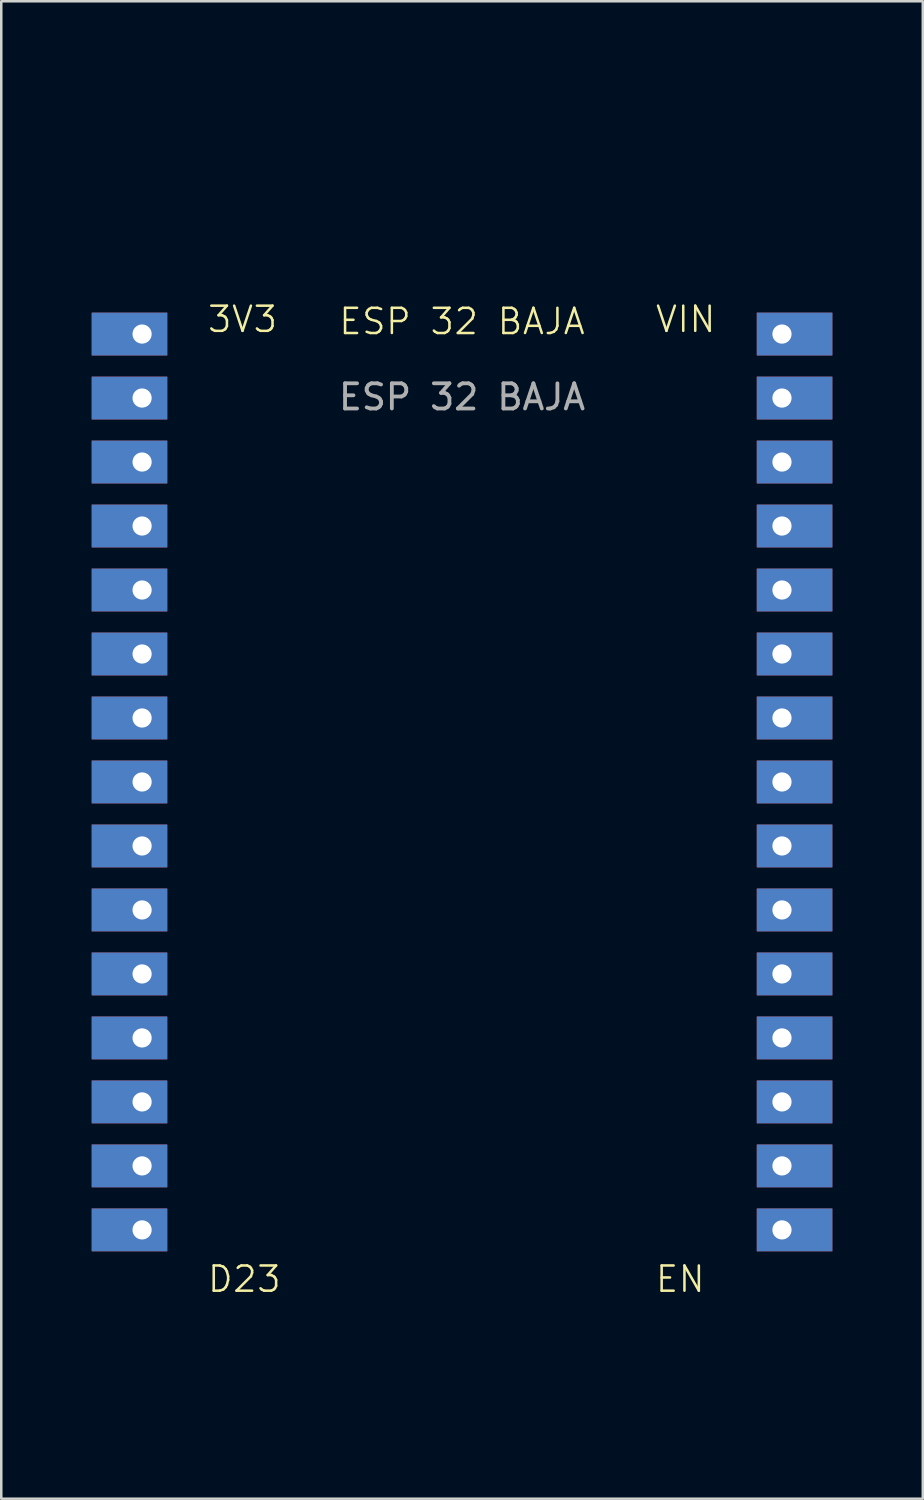
<source format=kicad_pcb>
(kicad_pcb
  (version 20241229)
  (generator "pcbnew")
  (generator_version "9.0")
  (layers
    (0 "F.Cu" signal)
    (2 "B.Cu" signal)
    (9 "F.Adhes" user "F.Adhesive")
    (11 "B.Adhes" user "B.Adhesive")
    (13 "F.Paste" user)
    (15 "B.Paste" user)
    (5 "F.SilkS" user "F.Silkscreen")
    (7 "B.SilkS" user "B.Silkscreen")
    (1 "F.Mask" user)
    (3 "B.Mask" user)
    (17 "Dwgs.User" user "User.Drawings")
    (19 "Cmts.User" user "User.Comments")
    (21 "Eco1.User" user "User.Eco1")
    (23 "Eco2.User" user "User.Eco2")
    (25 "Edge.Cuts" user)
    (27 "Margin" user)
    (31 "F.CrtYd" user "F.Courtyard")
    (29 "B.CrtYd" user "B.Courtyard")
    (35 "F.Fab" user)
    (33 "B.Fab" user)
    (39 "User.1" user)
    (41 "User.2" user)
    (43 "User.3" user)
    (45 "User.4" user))
  (footprint "ESP 32 BAJA"
    (layer "F.Cu")
    (at 15.29 10.21)
    (property "Reference" "ESP 32 BAJA" (at 0 -0.5 0) (unlocked yes) (layer "F.SilkS") (effects (font (size 1 1) (thickness 0.1))))
    (attr through_hole)
    (fp_rect (start -15.24 -10.16) (end 15.24 43.18) (stroke (width 0.1) (type default)) (fill no) (layer "Margin"))
    (fp_text user "3V3" (at -10.16 0 0) (unlocked yes) (layer "F.SilkS") (effects (font (size 1 1) (thickness 0.1)) (justify left bottom)))
    (fp_text user "EN" (at 7.62 38.1 0) (unlocked yes) (layer "F.SilkS") (effects (font (size 1 1) (thickness 0.1)) (justify left bottom)))
    (fp_text user "D23" (at -10.16 38.1 0) (unlocked yes) (layer "F.SilkS") (effects (font (size 1 1) (thickness 0.1)) (justify left bottom)))
    (fp_text user "VIN" (at 7.62 0 0) (unlocked yes) (layer "F.SilkS") (effects (font (size 1 1) (thickness 0.1)) (justify left bottom)))
    (fp_text user "${REFERENCE}" (at 0 2.5 0) (unlocked yes) (layer "F.Fab") (effects (font (size 1 1) (thickness 0.15))))
    (pad "1" thru_hole rect (at -12.7 0) (size 3 1.7) (drill 0.762 (offset -0.5 0)) (layers "*.Cu" "*.Mask"))
    (pad "2" thru_hole rect (at -12.7 2.54) (size 3 1.7) (drill 0.762 (offset -0.5 0)) (layers "*.Cu" "*.Mask"))
    (pad "3" thru_hole rect (at -12.7 5.08) (size 3 1.7) (drill 0.762 (offset -0.5 0)) (layers "*.Cu" "*.Mask"))
    (pad "4" thru_hole rect (at -12.7 7.62) (size 3 1.7) (drill 0.762 (offset -0.5 0)) (layers "*.Cu" "*.Mask"))
    (pad "5" thru_hole rect (at -12.7 10.16) (size 3 1.7) (drill 0.762 (offset -0.5 0)) (layers "*.Cu" "*.Mask"))
    (pad "6" thru_hole rect (at -12.7 12.7) (size 3 1.7) (drill 0.762 (offset -0.5 0)) (layers "*.Cu" "*.Mask"))
    (pad "7" thru_hole rect (at -12.7 15.24) (size 3 1.7) (drill 0.762 (offset -0.5 0)) (layers "*.Cu" "*.Mask"))
    (pad "8" thru_hole rect (at -12.7 17.78) (size 3 1.7) (drill 0.762 (offset -0.5 0)) (layers "*.Cu" "*.Mask"))
    (pad "9" thru_hole rect (at -12.7 20.32) (size 3 1.7) (drill 0.762 (offset -0.5 0)) (layers "*.Cu" "*.Mask"))
    (pad "10" thru_hole rect (at -12.7 22.86) (size 3 1.7) (drill 0.762 (offset -0.5 0)) (layers "*.Cu" "*.Mask"))
    (pad "11" thru_hole rect (at -12.7 25.4) (size 3 1.7) (drill 0.762 (offset -0.5 0)) (layers "*.Cu" "*.Mask"))
    (pad "12" thru_hole rect (at -12.7 27.94) (size 3 1.7) (drill 0.762 (offset -0.5 0)) (layers "*.Cu" "*.Mask"))
    (pad "13" thru_hole rect (at -12.7 30.48) (size 3 1.7) (drill 0.762 (offset -0.5 0)) (layers "*.Cu" "*.Mask"))
    (pad "14" thru_hole rect (at -12.7 33.02) (size 3 1.7) (drill 0.762 (offset -0.5 0)) (layers "*.Cu" "*.Mask"))
    (pad "15" thru_hole rect (at -12.7 35.56) (size 3 1.7) (drill 0.762 (offset -0.5 0)) (layers "*.Cu" "*.Mask"))
    (pad "16" thru_hole rect (at 12.7 35.56) (size 3 1.7) (drill 0.762 (offset 0.5 0)) (layers "*.Cu" "*.Mask"))
    (pad "17" thru_hole rect (at 12.7 33.02) (size 3 1.7) (drill 0.762 (offset 0.5 0)) (layers "*.Cu" "*.Mask"))
    (pad "18" thru_hole rect (at 12.7 30.48) (size 3 1.7) (drill 0.762 (offset 0.5 0)) (layers "*.Cu" "*.Mask"))
    (pad "19" thru_hole rect (at 12.7 27.94) (size 3 1.7) (drill 0.762 (offset 0.5 0)) (layers "*.Cu" "*.Mask"))
    (pad "20" thru_hole rect (at 12.7 25.4) (size 3 1.7) (drill 0.762 (offset 0.5 0)) (layers "*.Cu" "*.Mask"))
    (pad "21" thru_hole rect (at 12.7 22.86) (size 3 1.7) (drill 0.762 (offset 0.5 0)) (layers "*.Cu" "*.Mask"))
    (pad "22" thru_hole rect (at 12.7 20.32) (size 3 1.7) (drill 0.762 (offset 0.5 0)) (layers "*.Cu" "*.Mask"))
    (pad "23" thru_hole rect (at 12.7 17.78) (size 3 1.7) (drill 0.762 (offset 0.5 0)) (layers "*.Cu" "*.Mask"))
    (pad "24" thru_hole rect (at 12.7 15.24) (size 3 1.7) (drill 0.762 (offset 0.5 0)) (layers "*.Cu" "*.Mask"))
    (pad "25" thru_hole rect (at 12.7 12.7) (size 3 1.7) (drill 0.762 (offset 0.5 0)) (layers "*.Cu" "*.Mask"))
    (pad "26" thru_hole rect (at 12.7 10.16) (size 3 1.7) (drill 0.762 (offset 0.5 0)) (layers "*.Cu" "*.Mask"))
    (pad "27" thru_hole rect (at 12.7 7.62) (size 3 1.7) (drill 0.762 (offset 0.5 0)) (layers "*.Cu" "*.Mask"))
    (pad "28" thru_hole rect (at 12.7 5.08) (size 3 1.7) (drill 0.762 (offset 0.5 0)) (layers "*.Cu" "*.Mask"))
    (pad "29" thru_hole rect (at 12.7 2.54) (size 3 1.7) (drill 0.762 (offset 0.5 0)) (layers "*.Cu" "*.Mask"))
    (pad "30" thru_hole rect (at 12.7 0) (size 3 1.7) (drill 0.762 (offset 0.5 0)) (layers "*.Cu" "*.Mask")))
  (gr_rect
    (start -3 -3)
    (end 33.58 56.44)
    (stroke (width 0.1) (type default))
    (fill no)
    (layer "Edge.Cuts")))
</source>
